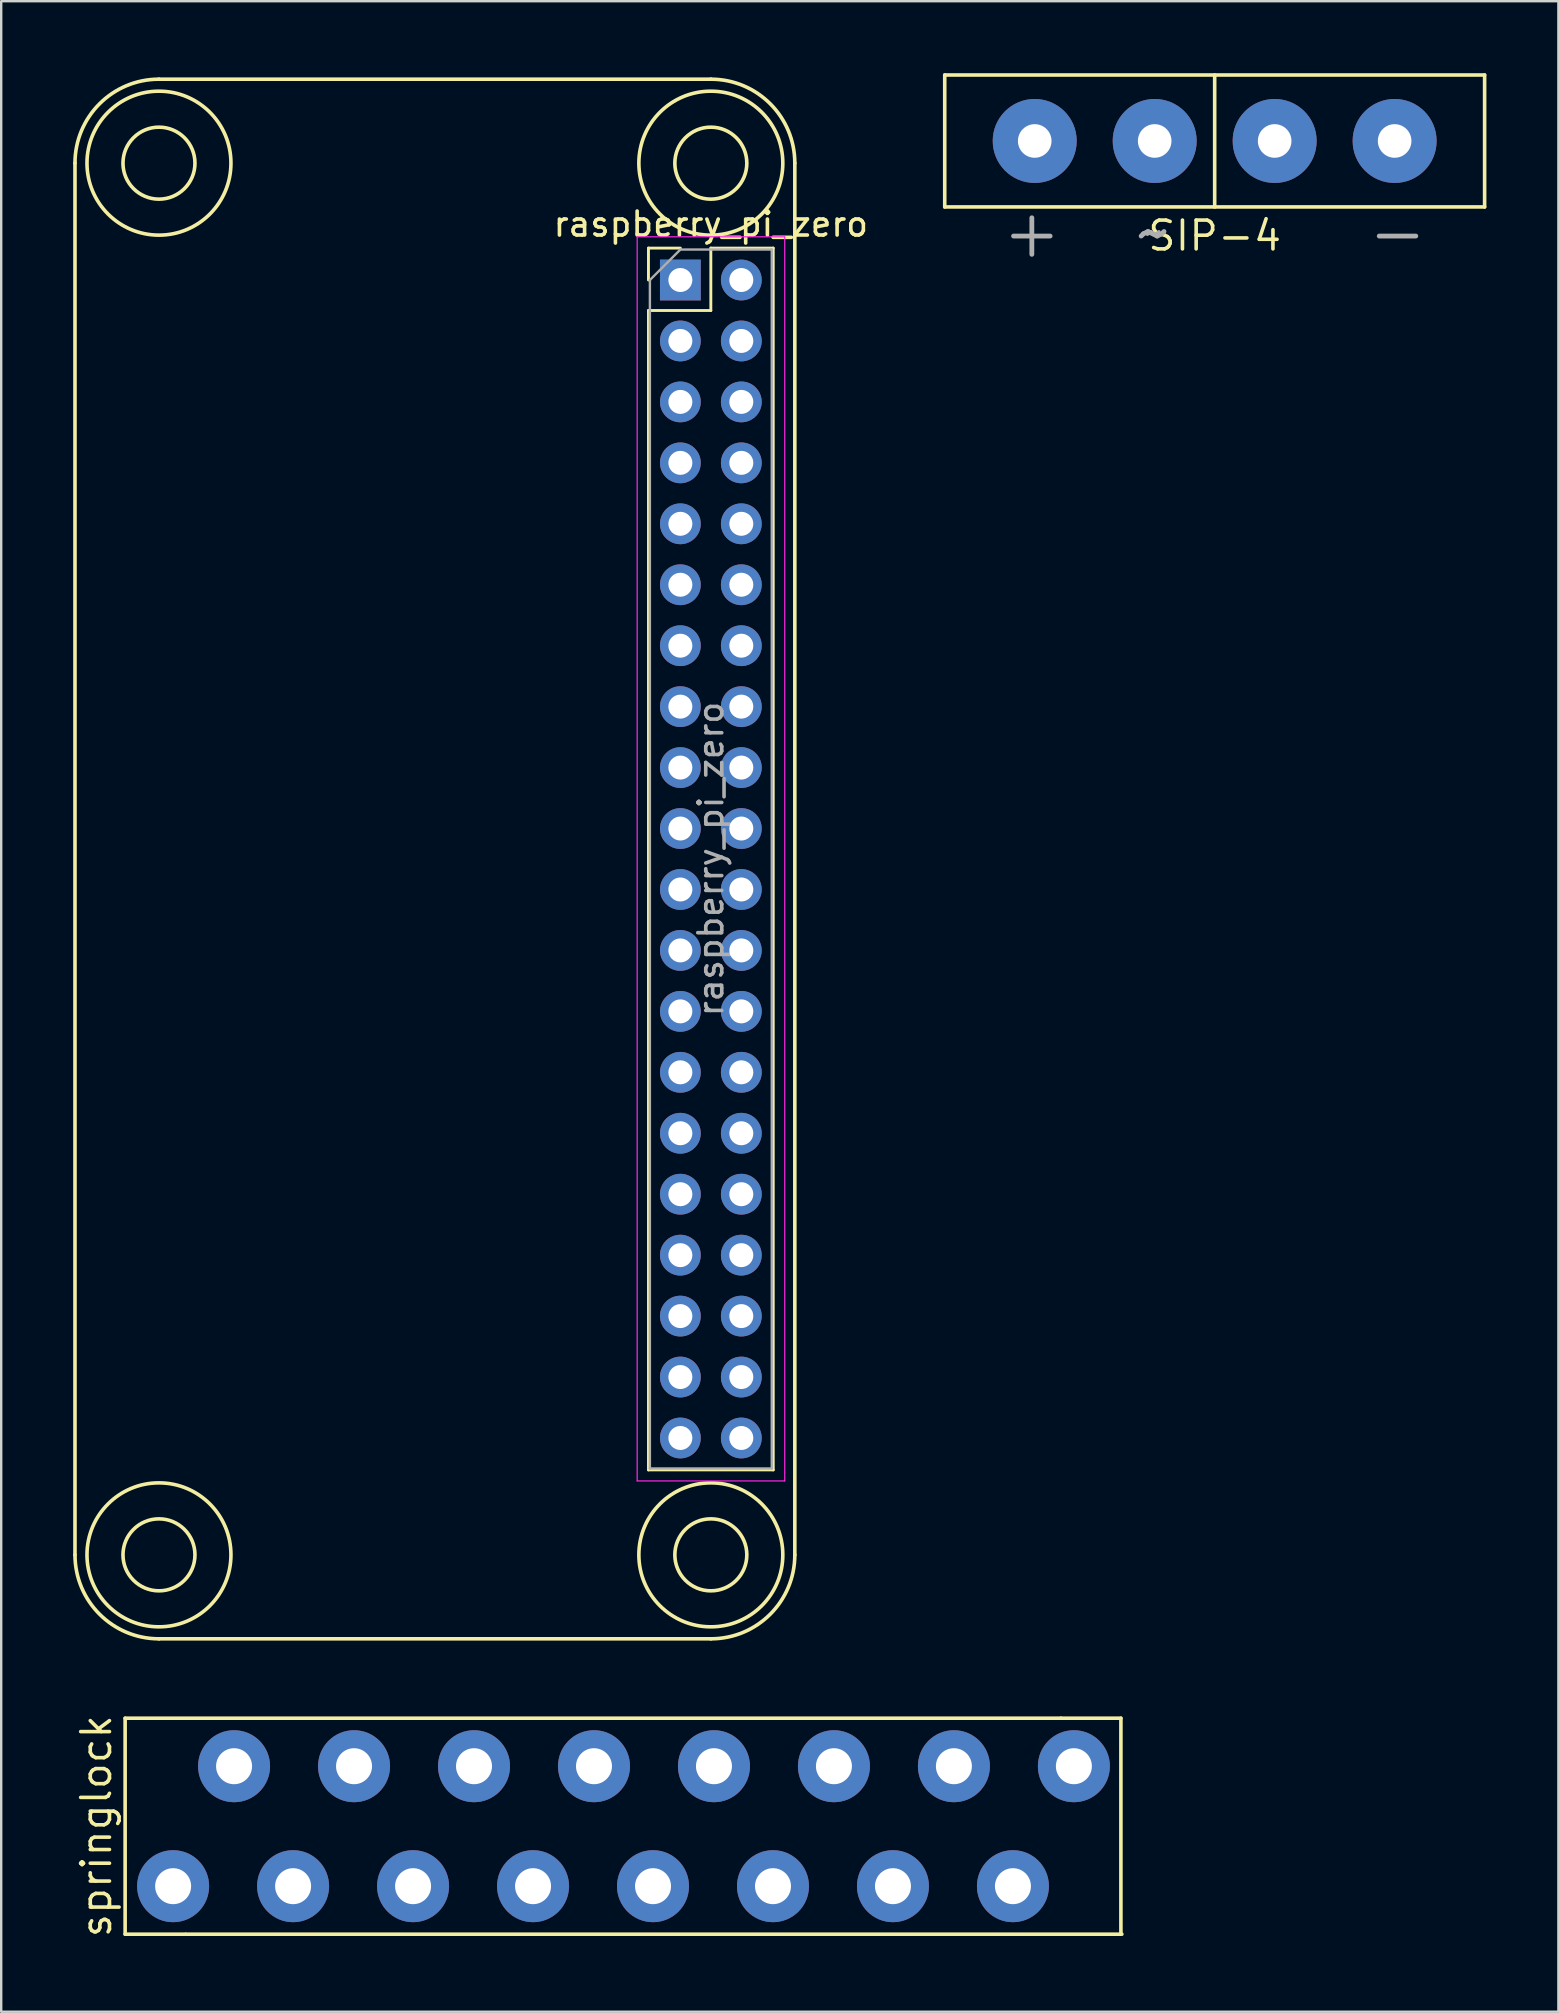
<source format=kicad_pcb>
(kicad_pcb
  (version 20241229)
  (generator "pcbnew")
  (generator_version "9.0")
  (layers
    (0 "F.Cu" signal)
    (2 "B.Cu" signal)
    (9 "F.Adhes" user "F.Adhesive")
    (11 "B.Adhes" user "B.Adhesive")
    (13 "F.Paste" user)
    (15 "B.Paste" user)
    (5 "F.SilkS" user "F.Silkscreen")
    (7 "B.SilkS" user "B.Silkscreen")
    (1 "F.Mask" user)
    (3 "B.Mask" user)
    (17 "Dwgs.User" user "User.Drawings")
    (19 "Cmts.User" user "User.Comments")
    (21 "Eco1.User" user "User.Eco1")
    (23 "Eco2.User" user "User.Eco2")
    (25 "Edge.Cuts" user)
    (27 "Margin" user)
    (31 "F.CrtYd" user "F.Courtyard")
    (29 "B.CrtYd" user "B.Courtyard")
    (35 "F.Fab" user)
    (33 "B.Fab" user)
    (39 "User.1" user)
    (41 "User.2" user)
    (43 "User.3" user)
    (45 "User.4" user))
  (footprint "raspberry_pi_zero"
    (layer "F.Cu")
    (at 30.075 0.25)
    (property "Reference" "raspberry_pi_zero" (at -3.5 6.04 0) (layer "F.SilkS") (effects (font (size 1 1) (thickness 0.15))))
    (attr through_hole)
    (fp_line (start -30 3.5) (end -30 61.5) (stroke (width 0.15) (type solid)) (layer "F.SilkS"))
    (fp_line (start -26.5 65) (end -3.5 65) (stroke (width 0.15) (type solid)) (layer "F.SilkS"))
    (fp_line (start -6.1 7.04) (end -4.77 7.04) (stroke (width 0.12) (type solid)) (layer "F.SilkS"))
    (fp_line (start -6.1 8.37) (end -6.1 7.04) (stroke (width 0.12) (type solid)) (layer "F.SilkS"))
    (fp_line (start -6.1 9.64) (end -6.1 57.96) (stroke (width 0.12) (type solid)) (layer "F.SilkS"))
    (fp_line (start -6.1 9.64) (end -3.5 9.64) (stroke (width 0.12) (type solid)) (layer "F.SilkS"))
    (fp_line (start -6.1 57.96) (end -0.9 57.96) (stroke (width 0.12) (type solid)) (layer "F.SilkS"))
    (fp_line (start -3.5 0) (end -26.5 0) (stroke (width 0.15) (type solid)) (layer "F.SilkS"))
    (fp_line (start -3.5 7.04) (end -0.9 7.04) (stroke (width 0.12) (type solid)) (layer "F.SilkS"))
    (fp_line (start -3.5 9.64) (end -3.5 7.04) (stroke (width 0.12) (type solid)) (layer "F.SilkS"))
    (fp_line (start -0.9 7.04) (end -0.9 57.96) (stroke (width 0.12) (type solid)) (layer "F.SilkS"))
    (fp_line (start 0 61.5) (end 0 3.5) (stroke (width 0.15) (type solid)) (layer "F.SilkS"))
    (fp_arc (start -30 3.5) (mid -28.974874 1.025126) (end -26.5 0) (stroke (width 0.15) (type solid)) (layer "F.SilkS"))
    (fp_arc (start -26.5 65) (mid -28.974874 63.974874) (end -30 61.5) (stroke (width 0.15) (type solid)) (layer "F.SilkS"))
    (fp_arc (start -3.5 0) (mid -1.025126 1.025126) (end 0 3.5) (stroke (width 0.15) (type solid)) (layer "F.SilkS"))
    (fp_arc (start 0 61.5) (mid -1.025126 63.974874) (end -3.5 65) (stroke (width 0.15) (type solid)) (layer "F.SilkS"))
    (fp_circle (center -26.5 3.5) (end -26.5 0.5) (stroke (width 0.15) (type solid)) (fill no) (layer "F.SilkS"))
    (fp_circle (center -26.5 3.5) (end -26.5 2) (stroke (width 0.15) (type solid)) (fill no) (layer "F.SilkS"))
    (fp_circle (center -26.5 61.5) (end -29.5 61.5) (stroke (width 0.15) (type solid)) (fill no) (layer "F.SilkS"))
    (fp_circle (center -26.5 61.5) (end -28 61.5) (stroke (width 0.15) (type solid)) (fill no) (layer "F.SilkS"))
    (fp_circle (center -3.5 3.5) (end -2 3.5) (stroke (width 0.15) (type solid)) (fill no) (layer "F.SilkS"))
    (fp_circle (center -3.5 3.5) (end -0.5 3.5) (stroke (width 0.15) (type solid)) (fill no) (layer "F.SilkS"))
    (fp_circle (center -3.5 61.5) (end -2 61.5) (stroke (width 0.15) (type solid)) (fill no) (layer "F.SilkS"))
    (fp_circle (center -3.5 61.5) (end -0.5 61.5) (stroke (width 0.15) (type solid)) (fill no) (layer "F.SilkS"))
    (fp_line (start -6.57 6.57) (end -6.57 58.42) (stroke (width 0.05) (type solid)) (layer "F.CrtYd"))
    (fp_line (start -6.57 58.42) (end -0.42 58.42) (stroke (width 0.05) (type solid)) (layer "F.CrtYd"))
    (fp_line (start -0.42 6.57) (end -6.57 6.57) (stroke (width 0.05) (type solid)) (layer "F.CrtYd"))
    (fp_line (start -0.42 58.42) (end -0.42 6.57) (stroke (width 0.05) (type solid)) (layer "F.CrtYd"))
    (fp_line (start -6.04 8.37) (end -4.77 7.1) (stroke (width 0.1) (type solid)) (layer "F.Fab"))
    (fp_line (start -6.04 57.9) (end -6.04 8.37) (stroke (width 0.1) (type solid)) (layer "F.Fab"))
    (fp_line (start -4.77 7.1) (end -0.96 7.1) (stroke (width 0.1) (type solid)) (layer "F.Fab"))
    (fp_line (start -0.96 7.1) (end -0.96 57.9) (stroke (width 0.1) (type solid)) (layer "F.Fab"))
    (fp_line (start -0.96 57.9) (end -6.04 57.9) (stroke (width 0.1) (type solid)) (layer "F.Fab"))
    (fp_text user "${REFERENCE}" (at -3.5 32.5 90) (layer "F.Fab") (effects (font (size 1 1) (thickness 0.15))))
    (pad "1" thru_hole rect (at -4.77 8.37) (size 1.7 1.7) (drill 1) (layers "*.Cu" "*.Mask"))
    (pad "2" thru_hole oval (at -2.23 8.37) (size 1.7 1.7) (drill 1) (layers "*.Cu" "*.Mask"))
    (pad "3" thru_hole oval (at -4.77 10.91) (size 1.7 1.7) (drill 1) (layers "*.Cu" "*.Mask"))
    (pad "4" thru_hole oval (at -2.23 10.91) (size 1.7 1.7) (drill 1) (layers "*.Cu" "*.Mask"))
    (pad "5" thru_hole oval (at -4.77 13.45) (size 1.7 1.7) (drill 1) (layers "*.Cu" "*.Mask"))
    (pad "6" thru_hole oval (at -2.23 13.45) (size 1.7 1.7) (drill 1) (layers "*.Cu" "*.Mask"))
    (pad "7" thru_hole oval (at -4.77 15.99) (size 1.7 1.7) (drill 1) (layers "*.Cu" "*.Mask"))
    (pad "8" thru_hole oval (at -2.23 15.99) (size 1.7 1.7) (drill 1) (layers "*.Cu" "*.Mask"))
    (pad "9" thru_hole oval (at -4.77 18.53) (size 1.7 1.7) (drill 1) (layers "*.Cu" "*.Mask"))
    (pad "10" thru_hole oval (at -2.23 18.53) (size 1.7 1.7) (drill 1) (layers "*.Cu" "*.Mask"))
    (pad "11" thru_hole oval (at -4.77 21.07) (size 1.7 1.7) (drill 1) (layers "*.Cu" "*.Mask"))
    (pad "12" thru_hole oval (at -2.23 21.07) (size 1.7 1.7) (drill 1) (layers "*.Cu" "*.Mask"))
    (pad "13" thru_hole oval (at -4.77 23.61) (size 1.7 1.7) (drill 1) (layers "*.Cu" "*.Mask"))
    (pad "14" thru_hole oval (at -2.23 23.61) (size 1.7 1.7) (drill 1) (layers "*.Cu" "*.Mask"))
    (pad "15" thru_hole oval (at -4.77 26.15) (size 1.7 1.7) (drill 1) (layers "*.Cu" "*.Mask"))
    (pad "16" thru_hole oval (at -2.23 26.15) (size 1.7 1.7) (drill 1) (layers "*.Cu" "*.Mask"))
    (pad "17" thru_hole oval (at -4.77 28.69) (size 1.7 1.7) (drill 1) (layers "*.Cu" "*.Mask"))
    (pad "18" thru_hole oval (at -2.23 28.69) (size 1.7 1.7) (drill 1) (layers "*.Cu" "*.Mask"))
    (pad "19" thru_hole oval (at -4.77 31.23) (size 1.7 1.7) (drill 1) (layers "*.Cu" "*.Mask"))
    (pad "20" thru_hole oval (at -2.23 31.23) (size 1.7 1.7) (drill 1) (layers "*.Cu" "*.Mask"))
    (pad "21" thru_hole oval (at -4.77 33.77) (size 1.7 1.7) (drill 1) (layers "*.Cu" "*.Mask"))
    (pad "22" thru_hole oval (at -2.23 33.77) (size 1.7 1.7) (drill 1) (layers "*.Cu" "*.Mask"))
    (pad "23" thru_hole oval (at -4.77 36.31) (size 1.7 1.7) (drill 1) (layers "*.Cu" "*.Mask"))
    (pad "24" thru_hole oval (at -2.23 36.31) (size 1.7 1.7) (drill 1) (layers "*.Cu" "*.Mask"))
    (pad "25" thru_hole oval (at -4.77 38.85) (size 1.7 1.7) (drill 1) (layers "*.Cu" "*.Mask"))
    (pad "26" thru_hole oval (at -2.23 38.85) (size 1.7 1.7) (drill 1) (layers "*.Cu" "*.Mask"))
    (pad "27" thru_hole oval (at -4.77 41.39) (size 1.7 1.7) (drill 1) (layers "*.Cu" "*.Mask"))
    (pad "28" thru_hole oval (at -2.23 41.39) (size 1.7 1.7) (drill 1) (layers "*.Cu" "*.Mask"))
    (pad "29" thru_hole oval (at -4.77 43.93) (size 1.7 1.7) (drill 1) (layers "*.Cu" "*.Mask"))
    (pad "30" thru_hole oval (at -2.23 43.93) (size 1.7 1.7) (drill 1) (layers "*.Cu" "*.Mask"))
    (pad "31" thru_hole oval (at -4.77 46.47) (size 1.7 1.7) (drill 1) (layers "*.Cu" "*.Mask"))
    (pad "32" thru_hole oval (at -2.23 46.47) (size 1.7 1.7) (drill 1) (layers "*.Cu" "*.Mask"))
    (pad "33" thru_hole oval (at -4.77 49.01) (size 1.7 1.7) (drill 1) (layers "*.Cu" "*.Mask"))
    (pad "34" thru_hole oval (at -2.23 49.01) (size 1.7 1.7) (drill 1) (layers "*.Cu" "*.Mask"))
    (pad "35" thru_hole oval (at -4.77 51.55) (size 1.7 1.7) (drill 1) (layers "*.Cu" "*.Mask"))
    (pad "36" thru_hole oval (at -2.23 51.55) (size 1.7 1.7) (drill 1) (layers "*.Cu" "*.Mask"))
    (pad "37" thru_hole oval (at -4.77 54.09) (size 1.7 1.7) (drill 1) (layers "*.Cu" "*.Mask"))
    (pad "38" thru_hole oval (at -2.23 54.09) (size 1.7 1.7) (drill 1) (layers "*.Cu" "*.Mask"))
    (pad "39" thru_hole oval (at -4.77 56.63) (size 1.7 1.7) (drill 1) (layers "*.Cu" "*.Mask"))
    (pad "40" thru_hole oval (at -2.23 56.63) (size 1.7 1.7) (drill 1) (layers "*.Cu" "*.Mask")))
  (footprint "SIP-4"
    (layer "F.Cu")
    (at 47.573 2.825)
    (property "Reference" "SIP-4" (at 0 3.95 0) (layer "F.SilkS") (effects (font (size 1.2 1.2) (thickness 0.15))))
    (attr through_hole)
    (fp_line (start -11.25 -2.75) (end 11.25 -2.75) (stroke (width 0.15) (type solid)) (layer "F.SilkS"))
    (fp_line (start -11.25 2.75) (end -11.25 -2.75) (stroke (width 0.15) (type solid)) (layer "F.SilkS"))
    (fp_line (start 0 -2.75) (end 0 2.75) (stroke (width 0.15) (type solid)) (layer "F.SilkS"))
    (fp_line (start 11.25 -2.75) (end 11.25 2.75) (stroke (width 0.15) (type solid)) (layer "F.SilkS"))
    (fp_line (start 11.25 2.75) (end -11.25 2.75) (stroke (width 0.15) (type solid)) (layer "F.SilkS"))
    (fp_text user "~" (at -2.54 3.81 0) (layer "F.Fab") (effects (font (size 1 1) (thickness 0.15))))
    (fp_text user "-" (at 7.62 3.81 0) (layer "F.Fab") (effects (font (size 2 2) (thickness 0.2))))
    (fp_text user "+" (at -7.62 3.81 0) (layer "F.Fab") (effects (font (size 2 2) (thickness 0.2))))
    (fp_text user "~" (at -2.54 3.81 0) (layer "F.Fab") (effects (font (size 2 2) (thickness 0.2))))
    (pad "1" thru_hole circle (at -7.5 0) (size 3.5 3.5) (drill 1.4) (layers "*.Cu" "*.Mask"))
    (pad "2" thru_hole circle (at -2.5 0) (size 3.5 3.5) (drill 1.4) (layers "*.Cu" "*.Mask"))
    (pad "3" thru_hole circle (at 2.5 0) (size 3.5 3.5) (drill 1.4) (layers "*.Cu" "*.Mask"))
    (pad "4" thru_hole circle (at 7.5 0) (size 3.5 3.5) (drill 1.4) (layers "*.Cu" "*.Mask")))
  (footprint "springlock"
    (layer "F.Cu")
    (at 21.665 73.059)
    (property "Reference" "springlock" (at -20.7 0 90) (layer "F.SilkS") (effects (font (size 1.2 1.2) (thickness 0.15))))
    (attr through_hole)
    (fp_line (start -19.5 -4.5) (end -19.5 4.5) (stroke (width 0.15) (type solid)) (layer "F.SilkS"))
    (fp_line (start -19.5 4.5) (end -17 4.5) (stroke (width 0.15) (type solid)) (layer "F.SilkS"))
    (fp_line (start -16.96 4.5) (end 22.04 4.5) (stroke (width 0.15) (type solid)) (layer "F.SilkS"))
    (fp_line (start 19.5 -4.5) (end -19.5 -4.5) (stroke (width 0.15) (type solid)) (layer "F.SilkS"))
    (fp_line (start 22 -4.5) (end 19.5 -4.5) (stroke (width 0.15) (type solid)) (layer "F.SilkS"))
    (fp_line (start 22 4.5) (end 22 -4.5) (stroke (width 0.15) (type solid)) (layer "F.SilkS"))
    (pad "1" thru_hole circle (at -17.5 2.5) (size 3 3) (drill 1.5) (layers "*.Cu" "*.Mask"))
    (pad "2" thru_hole circle (at -14.96 -2.5) (size 3 3) (drill 1.5) (layers "*.Cu" "*.Mask"))
    (pad "3" thru_hole circle (at -12.5 2.5) (size 3 3) (drill 1.5) (layers "*.Cu" "*.Mask"))
    (pad "4" thru_hole circle (at -9.96 -2.5) (size 3 3) (drill 1.5) (layers "*.Cu" "*.Mask"))
    (pad "5" thru_hole circle (at -7.5 2.5) (size 3 3) (drill 1.5) (layers "*.Cu" "*.Mask"))
    (pad "6" thru_hole circle (at -4.96 -2.5) (size 3 3) (drill 1.5) (layers "*.Cu" "*.Mask"))
    (pad "7" thru_hole circle (at -2.5 2.5) (size 3 3) (drill 1.5) (layers "*.Cu" "*.Mask"))
    (pad "8" thru_hole circle (at 0.04 -2.5) (size 3 3) (drill 1.5) (layers "*.Cu" "*.Mask"))
    (pad "9" thru_hole circle (at 2.5 2.5) (size 3 3) (drill 1.5) (layers "*.Cu" "*.Mask"))
    (pad "10" thru_hole circle (at 5.04 -2.5) (size 3 3) (drill 1.5) (layers "*.Cu" "*.Mask"))
    (pad "11" thru_hole circle (at 7.5 2.5) (size 3 3) (drill 1.5) (layers "*.Cu" "*.Mask"))
    (pad "12" thru_hole circle (at 10.04 -2.5) (size 3 3) (drill 1.5) (layers "*.Cu" "*.Mask"))
    (pad "13" thru_hole circle (at 12.5 2.5) (size 3 3) (drill 1.5) (layers "*.Cu" "*.Mask"))
    (pad "14" thru_hole circle (at 15.04 -2.5) (size 3 3) (drill 1.5) (layers "*.Cu" "*.Mask"))
    (pad "15" thru_hole circle (at 17.5 2.5) (size 3 3) (drill 1.5) (layers "*.Cu" "*.Mask"))
    (pad "16" thru_hole circle (at 20.04 -2.5) (size 3 3) (drill 1.5) (layers "*.Cu" "*.Mask")))
  (gr_rect
    (start -3 -3)
    (end 61.898 80.792)
    (stroke (width 0.1) (type default))
    (fill no)
    (layer "Edge.Cuts")))
</source>
